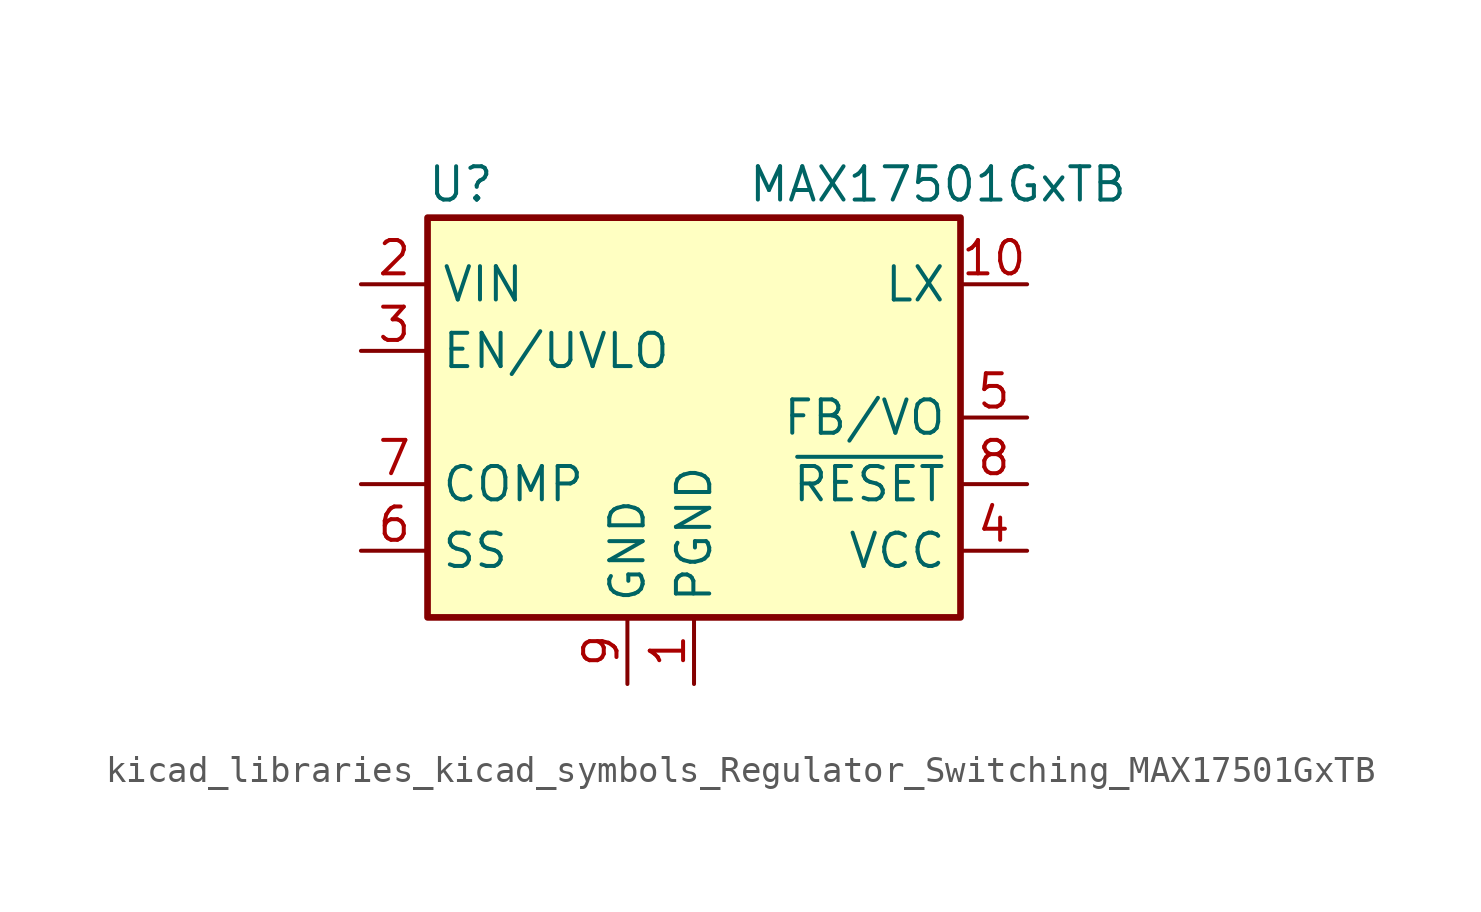
<source format=kicad_sym>
(kicad_symbol_lib
  (version 20220914)
  (generator kicad_symbol_editor)
  (symbol "kicad_libraries_kicad_symbols_Regulator_Switching_MAX17501GxTB"
    (property "Reference" "U"
      (at -8.89 8.89 0)
      (effects (font (size 1.27 1.27))))
    (property "Value" "MAX17501GxTB"
      (at 2.032 8.89 0)
      (effects (font (size 1.27 1.27)) (justify left)))
    (symbol "kicad_libraries_kicad_symbols_Regulator_Switching_MAX17501GxTB_0_1"
      (rectangle (start -10.16 7.62) (end 10.16 -7.62) (stroke (width 0.254) (type default)) (fill (type background))))
    (symbol "kicad_libraries_kicad_symbols_Regulator_Switching_MAX17501GxTB_1_1"
      (pin power_in line (at 0 -10.16 90) (length 2.54) (name "PGND" (effects (font (size 1.27 1.27)))) (number "1" (effects (font (size 1.27 1.27)))))
      (pin power_out line (at 12.7 5.08 180) (length 2.54) (name "LX" (effects (font (size 1.27 1.27)))) (number "10" (effects (font (size 1.27 1.27)))))
      (pin passive line (at -2.54 -10.16 90) (length 2.54) hide (name "GND" (effects (font (size 1.27 1.27)))) (number "11" (effects (font (size 1.27 1.27)))))
      (pin power_in line (at -12.7 5.08 0) (length 2.54) (name "VIN" (effects (font (size 1.27 1.27)))) (number "2" (effects (font (size 1.27 1.27)))))
      (pin input line (at -12.7 2.54 0) (length 2.54) (name "EN/UVLO" (effects (font (size 1.27 1.27)))) (number "3" (effects (font (size 1.27 1.27)))))
      (pin power_out line (at 12.7 -5.08 180) (length 2.54) (name "VCC" (effects (font (size 1.27 1.27)))) (number "4" (effects (font (size 1.27 1.27)))))
      (pin input line (at 12.7 0 180) (length 2.54) (name "FB/VO" (effects (font (size 1.27 1.27)))) (number "5" (effects (font (size 1.27 1.27)))))
      (pin passive line (at -12.7 -5.08 0) (length 2.54) (name "SS" (effects (font (size 1.27 1.27)))) (number "6" (effects (font (size 1.27 1.27)))))
      (pin passive line (at -12.7 -2.54 0) (length 2.54) (name "COMP" (effects (font (size 1.27 1.27)))) (number "7" (effects (font (size 1.27 1.27)))))
      (pin open_collector line (at 12.7 -2.54 180) (length 2.54) (name "~{RESET}" (effects (font (size 1.27 1.27)))) (number "8" (effects (font (size 1.27 1.27)))))
      (pin power_in line (at -2.54 -10.16 90) (length 2.54) (name "GND" (effects (font (size 1.27 1.27)))) (number "9" (effects (font (size 1.27 1.27))))))))
</source>
